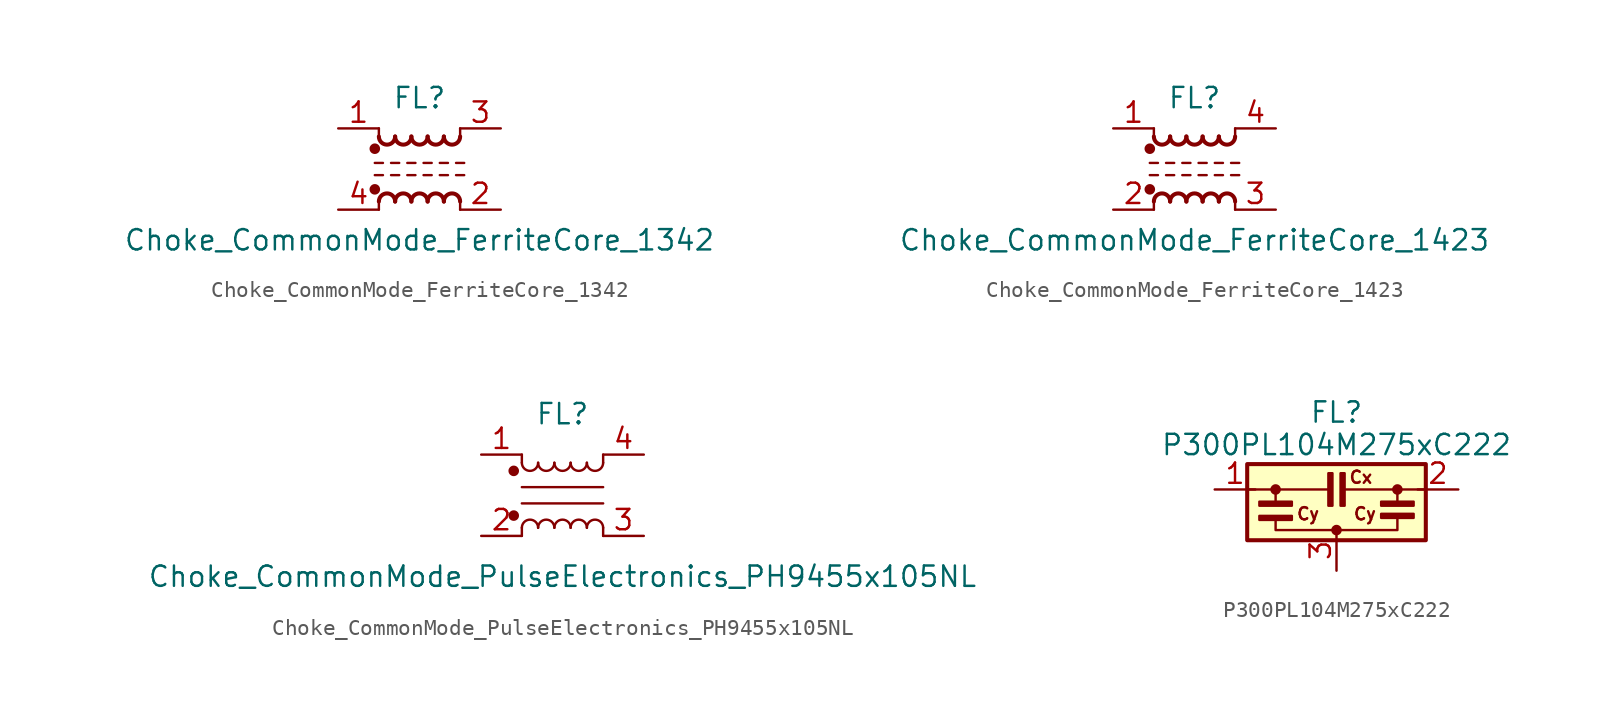
<source format=kicad_sym>
(kicad_symbol_lib
  (version 20231120)
  (generator "kicad_symbol_editor")
  (generator_version "8.0")
  (symbol "Choke_CommonMode_FerriteCore_1342"
    (pin_names
      (offset 0.254) hide)
    (property "Reference" "FL"
      (at 0 4.445 0)
      (effects (font (size 1.27 1.27))))
    (property "Value" "Choke_CommonMode_FerriteCore_1342"
      (at 0 -4.445 0)
      (effects (font (size 1.27 1.27))))
    (symbol "Choke_CommonMode_FerriteCore_1342_0_1"
      (circle (center -2.794 -1.27) (radius 0.254) (stroke (width 0) (type default)) (fill (type outline)))
      (circle (center -2.794 1.27) (radius 0.254) (stroke (width 0) (type default)) (fill (type outline)))
      (arc (start -2.54 2.032) (mid -2.032 1.5262) (end -1.524 2.032) (stroke (width 0.254) (type default)) (fill (type none)))
      (arc (start -1.524 -2.032) (mid -2.032 -1.5262) (end -2.54 -2.032) (stroke (width 0.254) (type default)) (fill (type none)))
      (arc (start -1.524 2.032) (mid -1.016 1.5262) (end -0.508 2.032) (stroke (width 0.254) (type default)) (fill (type none)))
      (arc (start -0.508 -2.032) (mid -1.016 -1.5262) (end -1.524 -2.032) (stroke (width 0.254) (type default)) (fill (type none)))
      (arc (start -0.508 2.032) (mid 0 1.5262) (end 0.508 2.032) (stroke (width 0.254) (type default)) (fill (type none)))
      (polyline (pts (xy -2.794 -0.381) (xy -2.286 -0.381)) (stroke (width 0) (type default)) (fill (type none)))
      (polyline (pts (xy -2.794 0.381) (xy -2.286 0.381)) (stroke (width 0) (type default)) (fill (type none)))
      (polyline (pts (xy -2.54 -2.032) (xy -2.54 -2.54)) (stroke (width 0) (type default)) (fill (type none)))
      (polyline (pts (xy -2.54 2.032) (xy -2.54 2.54)) (stroke (width 0) (type default)) (fill (type none)))
      (polyline (pts (xy -1.778 -0.381) (xy -1.27 -0.381)) (stroke (width 0) (type default)) (fill (type none)))
      (polyline (pts (xy -1.778 0.381) (xy -1.27 0.381)) (stroke (width 0) (type default)) (fill (type none)))
      (polyline (pts (xy -0.762 -0.381) (xy -0.254 -0.381)) (stroke (width 0) (type default)) (fill (type none)))
      (polyline (pts (xy -0.762 0.381) (xy -0.254 0.381)) (stroke (width 0) (type default)) (fill (type none)))
      (polyline (pts (xy 0.254 -0.381) (xy 0.762 -0.381)) (stroke (width 0) (type default)) (fill (type none)))
      (polyline (pts (xy 0.254 0.381) (xy 0.762 0.381)) (stroke (width 0) (type default)) (fill (type none)))
      (polyline (pts (xy 1.27 -0.381) (xy 1.778 -0.381)) (stroke (width 0) (type default)) (fill (type none)))
      (polyline (pts (xy 1.27 0.381) (xy 1.778 0.381)) (stroke (width 0) (type default)) (fill (type none)))
      (polyline (pts (xy 2.286 -0.381) (xy 2.794 -0.381)) (stroke (width 0) (type default)) (fill (type none)))
      (polyline (pts (xy 2.286 0.381) (xy 2.794 0.381)) (stroke (width 0) (type default)) (fill (type none)))
      (polyline (pts (xy 2.54 -2.032) (xy 2.54 -2.54)) (stroke (width 0) (type default)) (fill (type none)))
      (polyline (pts (xy 2.54 2.54) (xy 2.54 2.032)) (stroke (width 0) (type default)) (fill (type none)))
      (arc (start 0.508 -2.032) (mid 0 -1.5262) (end -0.508 -2.032) (stroke (width 0.254) (type default)) (fill (type none)))
      (arc (start 0.508 2.032) (mid 1.016 1.5262) (end 1.524 2.032) (stroke (width 0.254) (type default)) (fill (type none)))
      (arc (start 1.524 -2.032) (mid 1.016 -1.5262) (end 0.508 -2.032) (stroke (width 0.254) (type default)) (fill (type none)))
      (arc (start 1.524 2.032) (mid 2.032 1.5262) (end 2.54 2.032) (stroke (width 0.254) (type default)) (fill (type none)))
      (arc (start 2.54 -2.032) (mid 2.032 -1.5262) (end 1.524 -2.032) (stroke (width 0.254) (type default)) (fill (type none))))
    (symbol "Choke_CommonMode_FerriteCore_1342_1_1"
      (pin passive line (at -5.08 2.54 0) (length 2.54) (name "1" (effects (font (size 1.27 1.27)))) (number "1" (effects (font (size 1.27 1.27)))))
      (pin passive line (at 5.08 -2.54 180) (length 2.54) (name "2" (effects (font (size 1.27 1.27)))) (number "2" (effects (font (size 1.27 1.27)))))
      (pin passive line (at 5.08 2.54 180) (length 2.54) (name "3" (effects (font (size 1.27 1.27)))) (number "3" (effects (font (size 1.27 1.27)))))
      (pin passive line (at -5.08 -2.54 0) (length 2.54) (name "4" (effects (font (size 1.27 1.27)))) (number "4" (effects (font (size 1.27 1.27)))))))
  (symbol "Choke_CommonMode_FerriteCore_1423"
    (pin_names
      (offset 0.254) hide)
    (property "Reference" "FL"
      (at 0 4.445 0)
      (effects (font (size 1.27 1.27))))
    (property "Value" "Choke_CommonMode_FerriteCore_1423"
      (at 0 -4.445 0)
      (effects (font (size 1.27 1.27))))
    (symbol "Choke_CommonMode_FerriteCore_1423_0_1"
      (circle (center -2.794 -1.27) (radius 0.254) (stroke (width 0) (type default)) (fill (type outline)))
      (circle (center -2.794 1.27) (radius 0.254) (stroke (width 0) (type default)) (fill (type outline)))
      (arc (start -2.54 2.032) (mid -2.032 1.5262) (end -1.524 2.032) (stroke (width 0.254) (type default)) (fill (type none)))
      (arc (start -1.524 -2.032) (mid -2.032 -1.5262) (end -2.54 -2.032) (stroke (width 0.254) (type default)) (fill (type none)))
      (arc (start -1.524 2.032) (mid -1.016 1.5262) (end -0.508 2.032) (stroke (width 0.254) (type default)) (fill (type none)))
      (arc (start -0.508 -2.032) (mid -1.016 -1.5262) (end -1.524 -2.032) (stroke (width 0.254) (type default)) (fill (type none)))
      (arc (start -0.508 2.032) (mid 0 1.5262) (end 0.508 2.032) (stroke (width 0.254) (type default)) (fill (type none)))
      (polyline (pts (xy -2.794 -0.381) (xy -2.286 -0.381)) (stroke (width 0) (type default)) (fill (type none)))
      (polyline (pts (xy -2.794 0.381) (xy -2.286 0.381)) (stroke (width 0) (type default)) (fill (type none)))
      (polyline (pts (xy -2.54 -2.032) (xy -2.54 -2.54)) (stroke (width 0) (type default)) (fill (type none)))
      (polyline (pts (xy -2.54 2.032) (xy -2.54 2.54)) (stroke (width 0) (type default)) (fill (type none)))
      (polyline (pts (xy -1.778 -0.381) (xy -1.27 -0.381)) (stroke (width 0) (type default)) (fill (type none)))
      (polyline (pts (xy -1.778 0.381) (xy -1.27 0.381)) (stroke (width 0) (type default)) (fill (type none)))
      (polyline (pts (xy -0.762 -0.381) (xy -0.254 -0.381)) (stroke (width 0) (type default)) (fill (type none)))
      (polyline (pts (xy -0.762 0.381) (xy -0.254 0.381)) (stroke (width 0) (type default)) (fill (type none)))
      (polyline (pts (xy 0.254 -0.381) (xy 0.762 -0.381)) (stroke (width 0) (type default)) (fill (type none)))
      (polyline (pts (xy 0.254 0.381) (xy 0.762 0.381)) (stroke (width 0) (type default)) (fill (type none)))
      (polyline (pts (xy 1.27 -0.381) (xy 1.778 -0.381)) (stroke (width 0) (type default)) (fill (type none)))
      (polyline (pts (xy 1.27 0.381) (xy 1.778 0.381)) (stroke (width 0) (type default)) (fill (type none)))
      (polyline (pts (xy 2.286 -0.381) (xy 2.794 -0.381)) (stroke (width 0) (type default)) (fill (type none)))
      (polyline (pts (xy 2.286 0.381) (xy 2.794 0.381)) (stroke (width 0) (type default)) (fill (type none)))
      (polyline (pts (xy 2.54 -2.032) (xy 2.54 -2.54)) (stroke (width 0) (type default)) (fill (type none)))
      (polyline (pts (xy 2.54 2.54) (xy 2.54 2.032)) (stroke (width 0) (type default)) (fill (type none)))
      (arc (start 0.508 -2.032) (mid 0 -1.5262) (end -0.508 -2.032) (stroke (width 0.254) (type default)) (fill (type none)))
      (arc (start 0.508 2.032) (mid 1.016 1.5262) (end 1.524 2.032) (stroke (width 0.254) (type default)) (fill (type none)))
      (arc (start 1.524 -2.032) (mid 1.016 -1.5262) (end 0.508 -2.032) (stroke (width 0.254) (type default)) (fill (type none)))
      (arc (start 1.524 2.032) (mid 2.032 1.5262) (end 2.54 2.032) (stroke (width 0.254) (type default)) (fill (type none)))
      (arc (start 2.54 -2.032) (mid 2.032 -1.5262) (end 1.524 -2.032) (stroke (width 0.254) (type default)) (fill (type none))))
    (symbol "Choke_CommonMode_FerriteCore_1423_1_1"
      (pin passive line (at -5.08 2.54 0) (length 2.54) (name "1" (effects (font (size 1.27 1.27)))) (number "1" (effects (font (size 1.27 1.27)))))
      (pin passive line (at -5.08 -2.54 0) (length 2.54) (name "2" (effects (font (size 1.27 1.27)))) (number "2" (effects (font (size 1.27 1.27)))))
      (pin passive line (at 5.08 -2.54 180) (length 2.54) (name "3" (effects (font (size 1.27 1.27)))) (number "3" (effects (font (size 1.27 1.27)))))
      (pin passive line (at 5.08 2.54 180) (length 2.54) (name "4" (effects (font (size 1.27 1.27)))) (number "4" (effects (font (size 1.27 1.27)))))))
  (symbol "Choke_CommonMode_PulseElectronics_PH9455x105NL"
    (pin_names hide)
    (property "Reference" "FL"
      (at 0 5.08 0)
      (effects (font (size 1.27 1.27))))
    (property "Value" "Choke_CommonMode_PulseElectronics_PH9455x105NL"
      (at 0 -5.08 0)
      (effects (font (size 1.27 1.27))))
    (symbol "Choke_CommonMode_PulseElectronics_PH9455x105NL_1_1"
      (circle (center -3.048 -1.27) (radius 0.254) (stroke (width 0) (type default)) (fill (type outline)))
      (circle (center -3.048 1.524) (radius 0.254) (stroke (width 0) (type default)) (fill (type outline)))
      (arc (start -2.54 2.032) (mid -2.032 1.5262) (end -1.524 2.032) (stroke (width 0) (type default)) (fill (type none)))
      (arc (start -1.524 -2.032) (mid -2.032 -1.5262) (end -2.54 -2.032) (stroke (width 0) (type default)) (fill (type none)))
      (arc (start -1.524 2.032) (mid -1.016 1.5262) (end -0.508 2.032) (stroke (width 0) (type default)) (fill (type none)))
      (arc (start -0.508 -2.032) (mid -1.016 -1.5262) (end -1.524 -2.032) (stroke (width 0) (type default)) (fill (type none)))
      (arc (start -0.508 2.032) (mid 0 1.5262) (end 0.508 2.032) (stroke (width 0) (type default)) (fill (type none)))
      (polyline (pts (xy -2.54 -2.032) (xy -2.54 -2.54)) (stroke (width 0) (type default)) (fill (type none)))
      (polyline (pts (xy -2.54 0.508) (xy 2.54 0.508)) (stroke (width 0) (type default)) (fill (type none)))
      (polyline (pts (xy -2.54 2.032) (xy -2.54 2.54)) (stroke (width 0) (type default)) (fill (type none)))
      (polyline (pts (xy 2.54 -2.032) (xy 2.54 -2.54)) (stroke (width 0) (type default)) (fill (type none)))
      (polyline (pts (xy 2.54 -0.508) (xy -2.54 -0.508)) (stroke (width 0) (type default)) (fill (type none)))
      (polyline (pts (xy 2.54 2.54) (xy 2.54 2.032)) (stroke (width 0) (type default)) (fill (type none)))
      (arc (start 0.508 -2.032) (mid 0 -1.5262) (end -0.508 -2.032) (stroke (width 0) (type default)) (fill (type none)))
      (arc (start 0.508 2.032) (mid 1.016 1.5262) (end 1.524 2.032) (stroke (width 0) (type default)) (fill (type none)))
      (arc (start 1.524 -2.032) (mid 1.016 -1.5262) (end 0.508 -2.032) (stroke (width 0) (type default)) (fill (type none)))
      (arc (start 1.524 2.032) (mid 2.032 1.5262) (end 2.54 2.032) (stroke (width 0) (type default)) (fill (type none)))
      (arc (start 2.54 -2.032) (mid 2.032 -1.5262) (end 1.524 -2.032) (stroke (width 0) (type default)) (fill (type none)))
      (pin passive line (at -5.08 2.54 0) (length 2.54) (name "1" (effects (font (size 1.27 1.27)))) (number "1" (effects (font (size 1.27 1.27)))))
      (pin passive line (at -5.08 -2.54 0) (length 2.54) (name "2" (effects (font (size 1.27 1.27)))) (number "2" (effects (font (size 1.27 1.27)))))
      (pin passive line (at 5.08 -2.54 180) (length 2.54) (name "3" (effects (font (size 1.27 1.27)))) (number "3" (effects (font (size 1.27 1.27)))))
      (pin passive line (at 5.08 2.54 180) (length 2.54) (name "4" (effects (font (size 1.27 1.27)))) (number "4" (effects (font (size 1.27 1.27)))))))
  (symbol "P300PL104M275xC222"
    (pin_names
      (offset 0.254) hide)
    (property "Reference" "FL"
      (at 0 7.366 0)
      (effects (font (size 1.27 1.27))))
    (property "Value" "P300PL104M275xC222"
      (at 0 5.334 0)
      (effects (font (size 1.27 1.27))))
    (symbol "P300PL104M275xC222_0_1"
      (rectangle (start -5.588 4.128) (end 5.588 -0.635) (stroke (width 0.254) (type default)) (fill (type background)))
      (rectangle (start -4.826 0.889) (end -2.794 0.635) (stroke (width 0) (type default)) (fill (type outline)))
      (rectangle (start -4.826 1.778) (end -2.794 1.524) (stroke (width 0) (type default)) (fill (type outline)))
      (circle (center -3.81 2.54) (radius 0.254) (stroke (width 0) (type default)) (fill (type outline)))
      (rectangle (start -0.508 3.556) (end -0.254 1.524) (stroke (width 0) (type default)) (fill (type outline)))
      (polyline (pts (xy -3.81 2.54) (xy -5.588 2.54)) (stroke (width 0) (type default)) (fill (type none)))
      (polyline (pts (xy 3.81 2.54) (xy 5.588 2.54)) (stroke (width 0) (type default)) (fill (type none)))
      (polyline (pts (xy -0.508 2.54) (xy -3.81 2.54) (xy -3.81 1.778)) (stroke (width 0) (type default)) (fill (type none)))
      (polyline (pts (xy 0.508 2.54) (xy 3.81 2.54) (xy 3.81 1.778)) (stroke (width 0) (type default)) (fill (type none)))
      (polyline (pts (xy -3.81 0.635) (xy -3.81 0) (xy 3.81 0) (xy 3.81 0.762)) (stroke (width 0) (type default)) (fill (type none)))
      (circle (center 0 0) (radius 0.254) (stroke (width 0) (type default)) (fill (type outline)))
      (rectangle (start 0.254 3.556) (end 0.508 1.524) (stroke (width 0) (type default)) (fill (type outline)))
      (rectangle (start 2.794 0.762) (end 4.826 1.016) (stroke (width 0) (type default)) (fill (type outline)))
      (circle (center 3.81 2.54) (radius 0.254) (stroke (width 0) (type default)) (fill (type outline)))
      (rectangle (start 4.826 1.524) (end 2.794 1.778) (stroke (width 0) (type default)) (fill (type outline))))
    (symbol "P300PL104M275xC222_1_1"
      (text "Cx" (at 1.524 3.302 0) (effects (font (size 0.762 0.762))))
      (text "Cy" (at -1.778 1.016 0) (effects (font (size 0.762 0.762))))
      (text "Cy" (at 1.778 1.016 0) (effects (font (size 0.762 0.762))))
      (pin passive line (at -7.62 2.54 0) (length 2.54) (name "1" (effects (font (size 1.27 1.27)))) (number "1" (effects (font (size 1.27 1.27)))))
      (pin passive line (at 7.62 2.54 180) (length 2.54) (name "2" (effects (font (size 1.27 1.27)))) (number "2" (effects (font (size 1.27 1.27)))))
      (pin passive line (at 0 -2.54 90) (length 2.54) (name "3" (effects (font (size 1.27 1.27)))) (number "3" (effects (font (size 1.27 1.27))))))))
</source>
